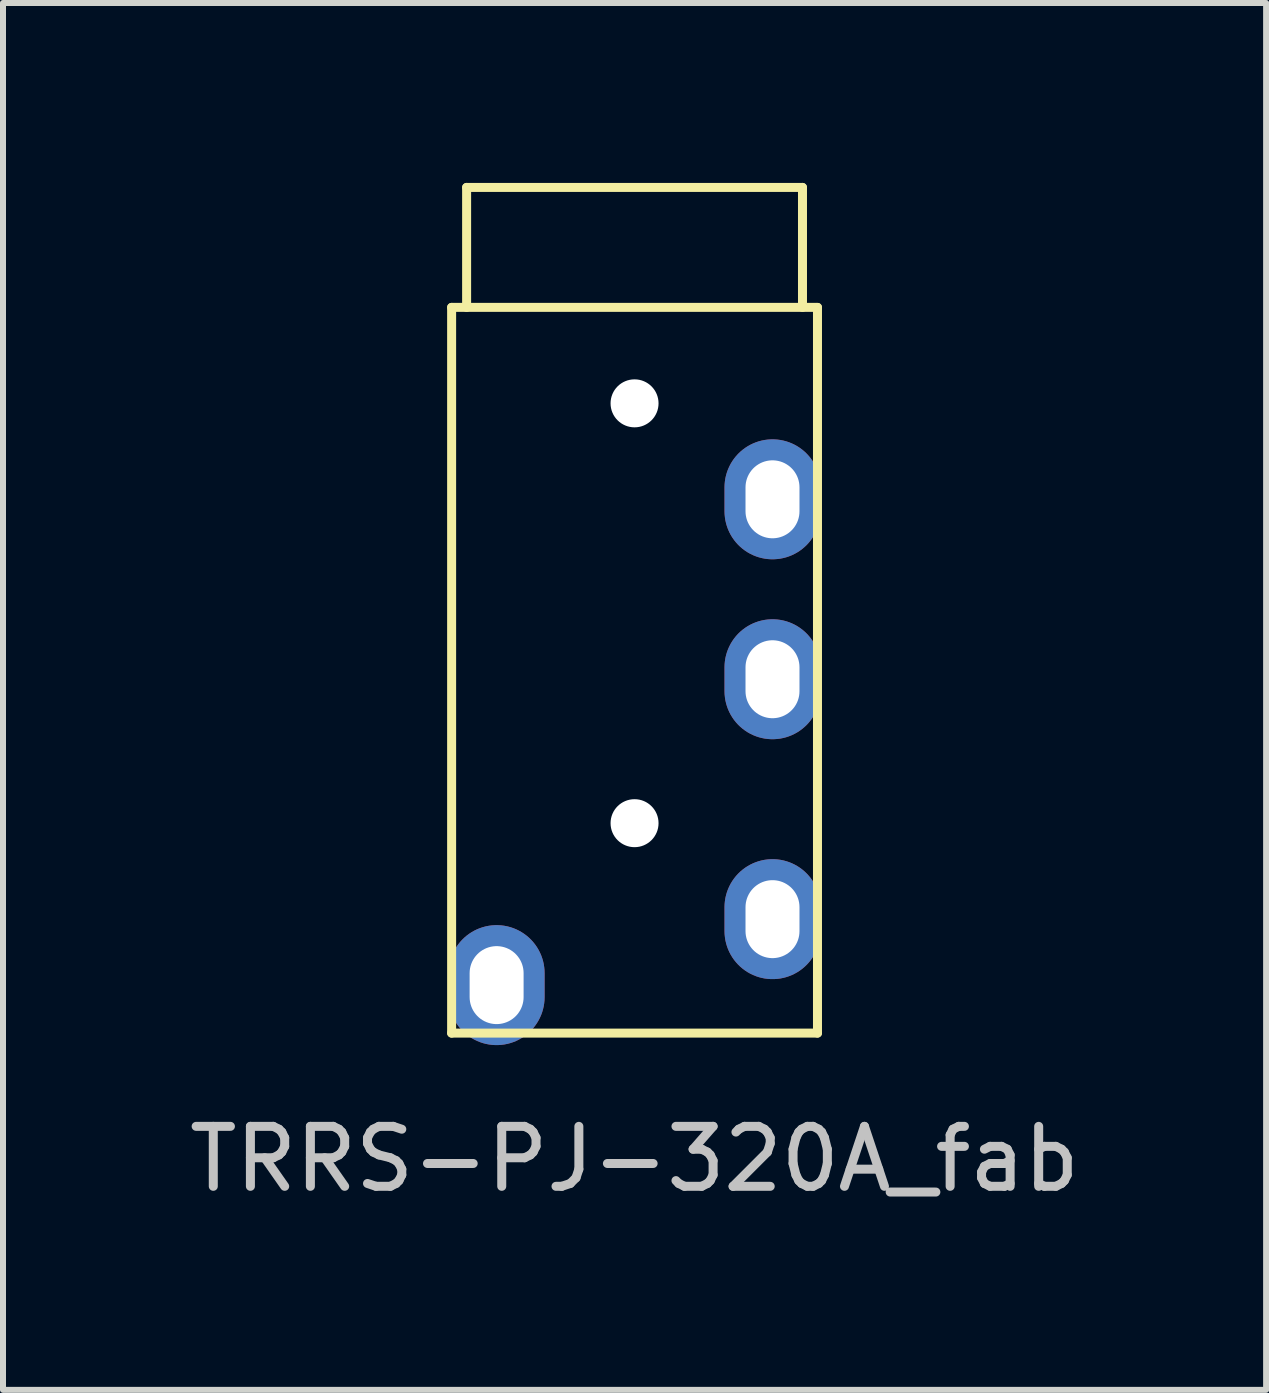
<source format=kicad_pcb>
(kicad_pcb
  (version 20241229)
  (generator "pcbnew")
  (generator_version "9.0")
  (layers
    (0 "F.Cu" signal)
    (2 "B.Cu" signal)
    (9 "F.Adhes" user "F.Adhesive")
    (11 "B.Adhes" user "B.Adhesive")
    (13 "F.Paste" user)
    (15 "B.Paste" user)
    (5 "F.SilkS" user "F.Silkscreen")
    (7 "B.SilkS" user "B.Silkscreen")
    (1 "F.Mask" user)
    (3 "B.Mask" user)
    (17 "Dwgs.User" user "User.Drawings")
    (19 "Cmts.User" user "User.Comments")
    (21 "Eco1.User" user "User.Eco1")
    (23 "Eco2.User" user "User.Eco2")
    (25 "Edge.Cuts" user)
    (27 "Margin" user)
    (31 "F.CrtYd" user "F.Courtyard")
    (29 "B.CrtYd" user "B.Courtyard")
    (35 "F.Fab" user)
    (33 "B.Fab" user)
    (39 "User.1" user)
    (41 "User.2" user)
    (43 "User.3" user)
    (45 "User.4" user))
  (footprint "TRRS-PJ-320A_fab"
    (layer "F.Cu")
    (at 7.53 2.075)
    (property "Reference" "TRRS-PJ-320A_fab" (at 0 14.2 0) (layer "Dwgs.User") (effects (font (size 1 1) (thickness 0.15))))
    (attr through_hole)
    (fp_line (start -3.05 0) (end -3.05 12.1) (stroke (width 0.15) (type solid)) (layer "F.SilkS"))
    (fp_line (start -2.8 0) (end -2.8 -2) (stroke (width 0.15) (type solid)) (layer "F.SilkS"))
    (fp_line (start 2.8 -2) (end -2.8 -2) (stroke (width 0.15) (type solid)) (layer "F.SilkS"))
    (fp_line (start 2.8 0) (end 2.8 -2) (stroke (width 0.15) (type solid)) (layer "F.SilkS"))
    (fp_line (start 3.05 0) (end -3.05 0) (stroke (width 0.15) (type solid)) (layer "F.SilkS"))
    (fp_line (start 3.05 0) (end 3.05 12.1) (stroke (width 0.15) (type solid)) (layer "F.SilkS"))
    (fp_line (start 3.05 12.1) (end -3.05 12.1) (stroke (width 0.15) (type solid)) (layer "F.SilkS"))
    (pad "" np_thru_hole circle (at 0 1.6) (size 0.8 0.8) (drill 0.8) (layers "*.Cu" "*.Mask"))
    (pad "" np_thru_hole circle (at 0 8.6) (size 0.8 0.8) (drill 0.8) (layers "*.Cu" "*.Mask"))
    (pad "1" thru_hole oval (at -2.3 11.3) (size 1.6 2) (drill oval 0.9 1.3) (layers "*.Cu" "*.Mask"))
    (pad "2" thru_hole oval (at 2.3 10.2) (size 1.6 2) (drill oval 0.9 1.3) (layers "*.Cu" "*.Mask"))
    (pad "3" thru_hole oval (at 2.3 6.2) (size 1.6 2) (drill oval 0.9 1.3) (layers "*.Cu" "*.Mask"))
    (pad "4" thru_hole oval (at 2.3 3.2) (size 1.6 2) (drill oval 0.9 1.3) (layers "*.Cu" "*.Mask")))
  (gr_rect
    (start -3 -3)
    (end 18.06 20.123)
    (stroke (width 0.1) (type default))
    (fill no)
    (layer "Edge.Cuts")))
</source>
